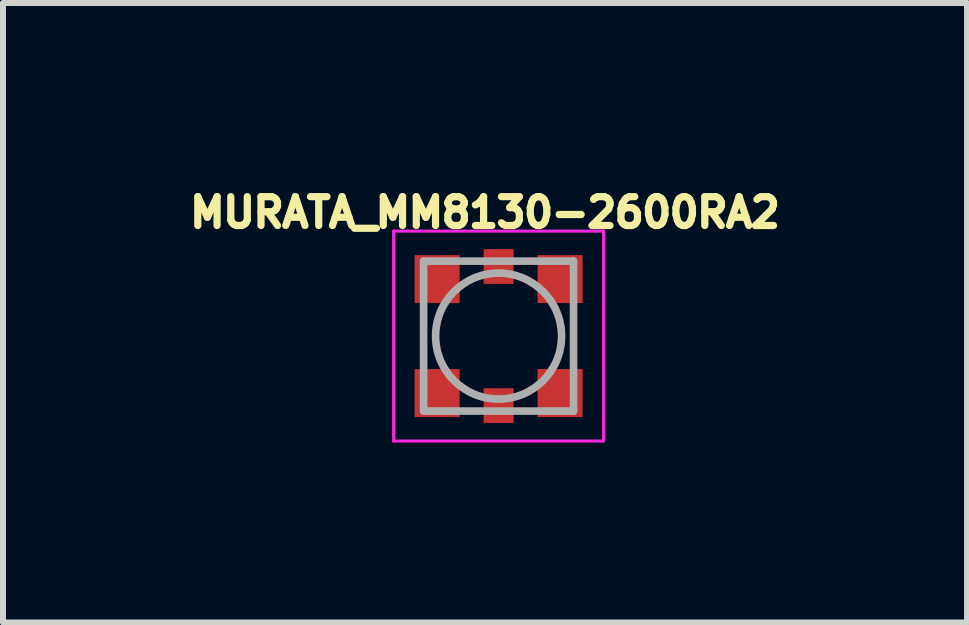
<source format=kicad_pcb>
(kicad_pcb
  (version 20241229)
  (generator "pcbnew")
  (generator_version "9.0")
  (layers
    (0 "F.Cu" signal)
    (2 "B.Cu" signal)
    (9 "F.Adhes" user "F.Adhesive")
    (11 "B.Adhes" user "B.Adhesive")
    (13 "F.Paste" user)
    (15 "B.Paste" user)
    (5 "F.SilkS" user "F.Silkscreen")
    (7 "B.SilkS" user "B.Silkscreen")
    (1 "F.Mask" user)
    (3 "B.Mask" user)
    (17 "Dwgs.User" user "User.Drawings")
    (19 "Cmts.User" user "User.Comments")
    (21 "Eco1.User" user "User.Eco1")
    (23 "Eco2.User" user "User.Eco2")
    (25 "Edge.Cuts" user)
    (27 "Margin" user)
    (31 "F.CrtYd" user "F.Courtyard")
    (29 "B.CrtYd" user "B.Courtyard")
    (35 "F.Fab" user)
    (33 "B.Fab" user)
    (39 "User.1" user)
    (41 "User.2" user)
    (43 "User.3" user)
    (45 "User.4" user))
  (footprint "MURATA_MM8130-2600RA2"
    (layer "F.Cu")
    (at 5.262 2.553)
    (property "Reference" "MURATA_MM8130-2600RA2" (at -0.227 -2.06 0) (layer "F.SilkS") (effects (font (size 0.481 0.481) (thickness 0.15))))
    (attr through_hole)
    (fp_poly (pts (xy -1.403 -1.35) (xy -0.65 -1.35) (xy -0.65 -0.551) (xy -1.403 -0.551)) (stroke (width 0.01) (type solid)) (fill yes) (layer "F.Mask"))
    (fp_poly (pts (xy -1.403 0.55) (xy -0.65 0.55) (xy -0.65 1.352) (xy -1.403 1.352)) (stroke (width 0.01) (type solid)) (fill yes) (layer "F.Mask"))
    (fp_poly (pts (xy -0.251 -1.45) (xy 0.25 -1.45) (xy 0.25 -0.872) (xy -0.251 -0.872)) (stroke (width 0.01) (type solid)) (fill yes) (layer "F.Mask"))
    (fp_poly (pts (xy -0.25 0.87) (xy 0.25 0.87) (xy 0.25 1.452) (xy -0.25 1.452)) (stroke (width 0.01) (type solid)) (fill yes) (layer "F.Mask"))
    (fp_poly (pts (xy 0.651 0.55) (xy 1.4 0.55) (xy 1.4 1.352) (xy 0.651 1.352)) (stroke (width 0.01) (type solid)) (fill yes) (layer "F.Mask"))
    (fp_poly (pts (xy 0.651 -1.35) (xy 1.4 -1.35) (xy 1.4 -0.551) (xy 0.651 -0.551)) (stroke (width 0.01) (type solid)) (fill yes) (layer "F.Mask"))
    (fp_poly (pts (xy -1.242 0.55) (xy -0.65 0.55) (xy -0.65 1.352) (xy -1.242 1.352)) (stroke (width 0.01) (type solid)) (fill yes) (layer "F.Paste"))
    (fp_poly (pts (xy -1.241 -1.35) (xy -0.65 -1.35) (xy -0.65 -0.55) (xy -1.241 -0.55)) (stroke (width 0.01) (type solid)) (fill yes) (layer "F.Paste"))
    (fp_poly (pts (xy -0.14 -1.35) (xy 0.14 -1.35) (xy 0.14 -1.073) (xy -0.14 -1.073)) (stroke (width 0.01) (type solid)) (fill yes) (layer "F.Paste"))
    (fp_poly (pts (xy -0.14 1.07) (xy 0.14 1.07) (xy 0.14 1.353) (xy -0.14 1.353)) (stroke (width 0.01) (type solid)) (fill yes) (layer "F.Paste"))
    (fp_poly (pts (xy 0.651 -1.35) (xy 1.24 -1.35) (xy 1.24 -0.551) (xy 0.651 -0.551)) (stroke (width 0.01) (type solid)) (fill yes) (layer "F.Paste"))
    (fp_poly (pts (xy 0.652 0.55) (xy 1.24 0.55) (xy 1.24 1.354) (xy 0.652 1.354)) (stroke (width 0.01) (type solid)) (fill yes) (layer "F.Paste"))
    (fp_line (start -1.75 -1.75) (end 1.75 -1.75) (stroke (width 0.05) (type solid)) (layer "F.CrtYd"))
    (fp_line (start -1.75 1.75) (end -1.75 -1.75) (stroke (width 0.05) (type solid)) (layer "F.CrtYd"))
    (fp_line (start 1.75 -1.75) (end 1.75 1.75) (stroke (width 0.05) (type solid)) (layer "F.CrtYd"))
    (fp_line (start 1.75 1.75) (end -1.75 1.75) (stroke (width 0.05) (type solid)) (layer "F.CrtYd"))
    (fp_line (start -1.25 -1.25) (end 1.25 -1.25) (stroke (width 0.127) (type solid)) (layer "F.Fab"))
    (fp_line (start -1.25 1.25) (end -1.25 -1.25) (stroke (width 0.127) (type solid)) (layer "F.Fab"))
    (fp_line (start 1.25 -1.25) (end 1.25 1.25) (stroke (width 0.127) (type solid)) (layer "F.Fab"))
    (fp_line (start 1.25 1.25) (end -1.25 1.25) (stroke (width 0.127) (type solid)) (layer "F.Fab"))
    (fp_circle (center 0 0) (end 1.05 0) (stroke (width 0.127) (type solid)) (fill no) (layer "F.Fab"))
    (pad "GND1" smd rect (at -1.025 -0.95) (size 0.75 0.8) (layers "F.Cu"))
    (pad "GND2" smd rect (at 1.025 -0.95) (size 0.75 0.8) (layers "F.Cu"))
    (pad "GND3" smd rect (at -1.025 0.95) (size 0.75 0.8) (layers "F.Cu"))
    (pad "GND4" smd rect (at 1.025 0.95) (size 0.75 0.8) (layers "F.Cu"))
    (pad "IN" smd rect (at 0 -1.16) (size 0.5 0.58) (layers "F.Cu"))
    (pad "OUT" smd rect (at 0 1.16) (size 0.5 0.58) (layers "F.Cu")))
  (gr_rect
    (start -3 -3)
    (end 13.072 7.327)
    (stroke (width 0.1) (type default))
    (fill no)
    (layer "Edge.Cuts")))
</source>
